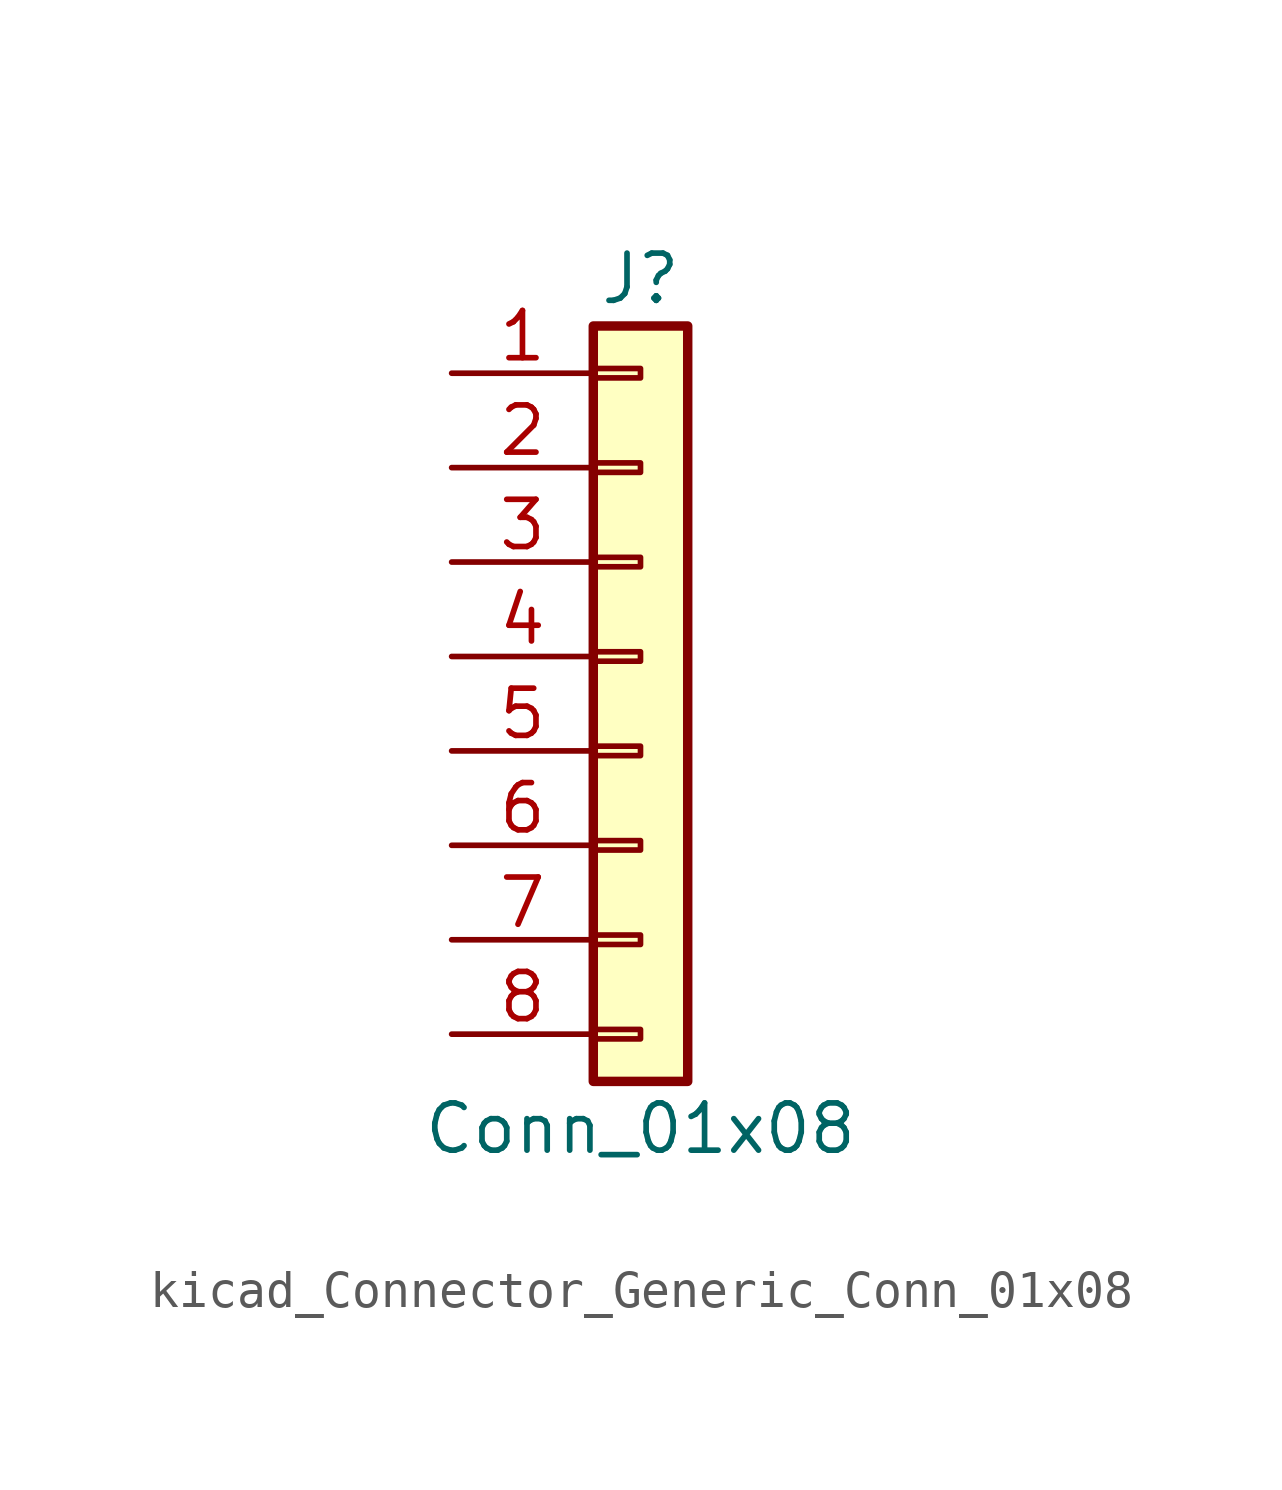
<source format=kicad_sym>
(kicad_symbol_lib
  (version 20220914)
  (generator kicad_symbol_editor)
  (symbol "kicad_Connector_Generic_Conn_01x08"
    (pin_names
      (offset 1.016) hide)
    (property "Reference" "J"
      (at 0 10.16 0)
      (effects (font (size 1.27 1.27))))
    (property "Value" "Conn_01x08"
      (at 0 -12.7 0)
      (effects (font (size 1.27 1.27))))
    (symbol "kicad_Connector_Generic_Conn_01x08_1_1"
      (rectangle (start -1.27 -10.033) (end 0 -10.287) (stroke (width 0.152) (type default)) (fill (type none)))
      (rectangle (start -1.27 -7.493) (end 0 -7.747) (stroke (width 0.152) (type default)) (fill (type none)))
      (rectangle (start -1.27 -4.953) (end 0 -5.207) (stroke (width 0.152) (type default)) (fill (type none)))
      (rectangle (start -1.27 -2.413) (end 0 -2.667) (stroke (width 0.152) (type default)) (fill (type none)))
      (rectangle (start -1.27 0.127) (end 0 -0.127) (stroke (width 0.152) (type default)) (fill (type none)))
      (rectangle (start -1.27 2.667) (end 0 2.413) (stroke (width 0.152) (type default)) (fill (type none)))
      (rectangle (start -1.27 5.207) (end 0 4.953) (stroke (width 0.152) (type default)) (fill (type none)))
      (rectangle (start -1.27 7.747) (end 0 7.493) (stroke (width 0.152) (type default)) (fill (type none)))
      (rectangle (start -1.27 8.89) (end 1.27 -11.43) (stroke (width 0.254) (type default)) (fill (type background)))
      (pin passive line (at -5.08 7.62 0) (length 3.81) (name "Pin_1" (effects (font (size 1.27 1.27)))) (number "1" (effects (font (size 1.27 1.27)))))
      (pin passive line (at -5.08 5.08 0) (length 3.81) (name "Pin_2" (effects (font (size 1.27 1.27)))) (number "2" (effects (font (size 1.27 1.27)))))
      (pin passive line (at -5.08 2.54 0) (length 3.81) (name "Pin_3" (effects (font (size 1.27 1.27)))) (number "3" (effects (font (size 1.27 1.27)))))
      (pin passive line (at -5.08 0 0) (length 3.81) (name "Pin_4" (effects (font (size 1.27 1.27)))) (number "4" (effects (font (size 1.27 1.27)))))
      (pin passive line (at -5.08 -2.54 0) (length 3.81) (name "Pin_5" (effects (font (size 1.27 1.27)))) (number "5" (effects (font (size 1.27 1.27)))))
      (pin passive line (at -5.08 -5.08 0) (length 3.81) (name "Pin_6" (effects (font (size 1.27 1.27)))) (number "6" (effects (font (size 1.27 1.27)))))
      (pin passive line (at -5.08 -7.62 0) (length 3.81) (name "Pin_7" (effects (font (size 1.27 1.27)))) (number "7" (effects (font (size 1.27 1.27)))))
      (pin passive line (at -5.08 -10.16 0) (length 3.81) (name "Pin_8" (effects (font (size 1.27 1.27)))) (number "8" (effects (font (size 1.27 1.27))))))))
</source>
